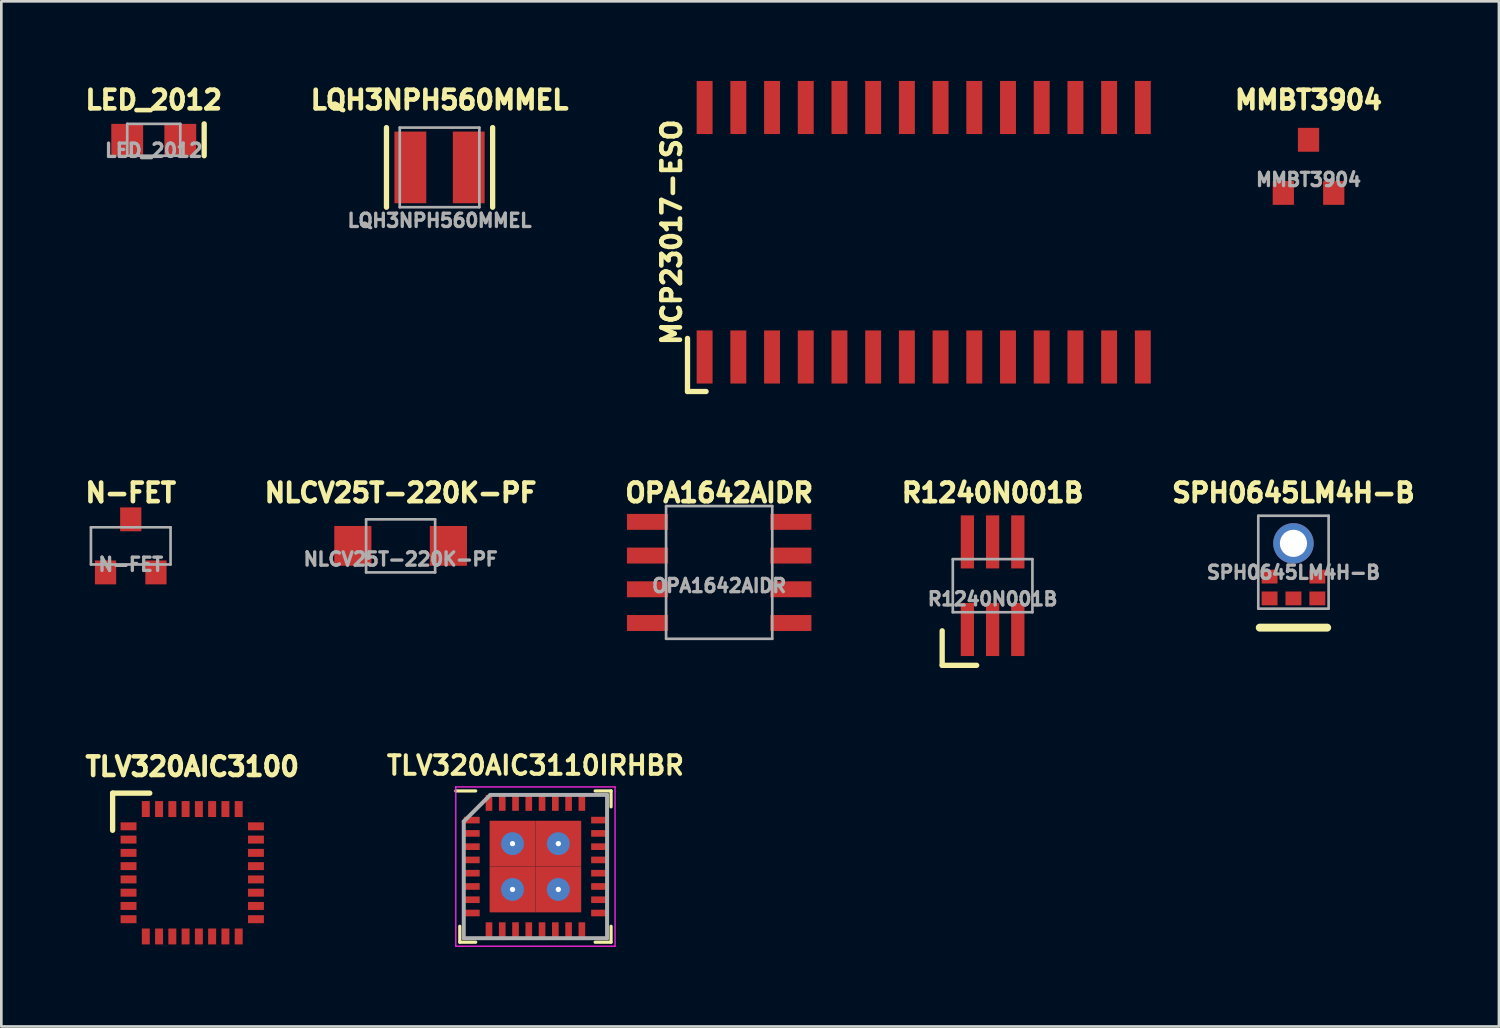
<source format=kicad_pcb>
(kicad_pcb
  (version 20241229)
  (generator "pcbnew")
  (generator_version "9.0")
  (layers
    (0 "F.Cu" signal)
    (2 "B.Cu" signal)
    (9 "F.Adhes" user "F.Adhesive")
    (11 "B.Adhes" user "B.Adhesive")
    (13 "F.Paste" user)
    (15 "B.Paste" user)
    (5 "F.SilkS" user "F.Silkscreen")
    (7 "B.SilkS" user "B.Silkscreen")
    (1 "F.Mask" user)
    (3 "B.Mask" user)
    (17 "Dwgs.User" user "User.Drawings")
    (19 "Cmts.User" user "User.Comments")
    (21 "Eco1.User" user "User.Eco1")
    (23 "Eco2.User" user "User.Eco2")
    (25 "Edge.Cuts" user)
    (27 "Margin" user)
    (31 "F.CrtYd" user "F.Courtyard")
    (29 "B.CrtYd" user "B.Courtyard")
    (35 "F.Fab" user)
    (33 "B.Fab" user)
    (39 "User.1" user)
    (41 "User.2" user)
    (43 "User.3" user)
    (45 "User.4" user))
  (footprint "SPH0645LM4H-B"
    (layer "F.Cu")
    (at 45.683 17.422)
    (property "Reference" "SPH0645LM4H-B" (at 0 -1.905 0) (unlocked yes) (layer "F.SilkS") (effects (font (size 0.7 0.7) (thickness 0.175) (bold yes))))
    (attr smd)
    (fp_line (start 1.27 3.175) (end -1.27 3.175) (stroke (width 0.3) (type default)) (layer "F.SilkS"))
    (fp_line (start -1.325 -1.04) (end -1.325 2.46) (stroke (width 0.1) (type default)) (layer "F.Fab"))
    (fp_line (start -1.325 -1.04) (end 1.325 -1.04) (stroke (width 0.1) (type default)) (layer "F.Fab"))
    (fp_line (start -1.325 2.46) (end 1.325 2.46) (stroke (width 0.1) (type default)) (layer "F.Fab"))
    (fp_line (start 1.325 -1.04) (end 1.325 2.46) (stroke (width 0.1) (type default)) (layer "F.Fab"))
    (fp_text user "${REFERENCE}" (at 0 1.095 0) (unlocked yes) (layer "F.Fab") (effects (font (size 0.5 0.5) (thickness 0.125))))
    (pad "1" smd rect (at 0.9 2.074) (size 0.6 0.522) (layers "F.Cu" "F.Mask" "F.Paste"))
    (pad "2" smd rect (at 0.9 1.252) (size 0.6 0.522) (layers "F.Cu" "F.Mask" "F.Paste"))
    (pad "3" thru_hole circle (at 0 0) (size 1.524 1.524) (drill 1.024) (layers "*.Cu" "*.Mask"))
    (pad "4" smd rect (at -0.9 1.252) (size 0.6 0.522) (layers "F.Cu" "F.Mask" "F.Paste"))
    (pad "5" smd rect (at -0.9 2.074) (size 0.6 0.522) (layers "F.Cu" "F.Mask" "F.Paste"))
    (pad "6" smd rect (at 0 2.074) (size 0.6 0.522) (layers "F.Cu" "F.Mask" "F.Paste")))
  (footprint "N-FET"
    (layer "F.Cu")
    (at 1.876 17.517)
    (property "Reference" "N-FET" (at 0 -2 0) (unlocked yes) (layer "F.SilkS") (effects (font (size 0.7 0.7) (thickness 0.175) (bold yes))))
    (attr smd)
    (fp_line (start -1.5 -0.7) (end -1.5 0.7) (stroke (width 0.1) (type default)) (layer "F.Fab"))
    (fp_line (start -1.5 -0.7) (end 1.5 -0.7) (stroke (width 0.1) (type default)) (layer "F.Fab"))
    (fp_line (start -1.5 0.7) (end 1.5 0.7) (stroke (width 0.1) (type default)) (layer "F.Fab"))
    (fp_line (start 1.5 -0.7) (end 1.5 0.7) (stroke (width 0.1) (type default)) (layer "F.Fab"))
    (fp_text user "${REFERENCE}" (at 0 0.7 0) (unlocked yes) (layer "F.Fab") (effects (font (size 0.5 0.5) (thickness 0.125))))
    (pad "D" smd rect (at 0 -1) (size 0.8 0.9) (layers "F.Cu" "F.Mask" "F.Paste"))
    (pad "G" smd rect (at -0.95 1) (size 0.8 0.9) (layers "F.Cu" "F.Mask" "F.Paste"))
    (pad "S" smd rect (at 0.95 1) (size 0.8 0.9) (layers "F.Cu" "F.Mask" "F.Paste")))
  (footprint "TLV320AIC3100"
    (layer "F.Cu")
    (at 4.193 29.833)
    (property "Reference" "TLV320AIC3100" (at 0 -4 0) (layer "F.SilkS") (effects (font (size 0.7 0.7) (thickness 0.175) (bold yes))))
    (attr smd)
    (fp_line (start -3 -3) (end -3 -1.6) (stroke (width 0.2) (type default)) (layer "F.SilkS"))
    (fp_line (start -1.6 -3) (end -3 -3) (stroke (width 0.2) (type default)) (layer "F.SilkS"))
    (pad "1" smd rect (at -2.4 -1.75 90) (size 0.3 0.6) (layers "F.Cu" "F.Mask" "F.Paste"))
    (pad "2" smd rect (at -2.4 -1.25 90) (size 0.3 0.6) (layers "F.Cu" "F.Mask" "F.Paste"))
    (pad "3" smd rect (at -2.4 -0.75 90) (size 0.3 0.6) (layers "F.Cu" "F.Mask" "F.Paste"))
    (pad "4" smd rect (at -2.4 -0.25 90) (size 0.3 0.6) (layers "F.Cu" "F.Mask" "F.Paste"))
    (pad "5" smd rect (at -2.4 0.25 90) (size 0.3 0.6) (layers "F.Cu" "F.Mask" "F.Paste"))
    (pad "6" smd rect (at -2.4 0.75 90) (size 0.3 0.6) (layers "F.Cu" "F.Mask" "F.Paste"))
    (pad "7" smd rect (at -2.4 1.25 90) (size 0.3 0.6) (layers "F.Cu" "F.Mask" "F.Paste"))
    (pad "8" smd rect (at -2.4 1.75 90) (size 0.3 0.6) (layers "F.Cu" "F.Mask" "F.Paste"))
    (pad "9" smd rect (at -1.75 2.4) (size 0.3 0.6) (layers "F.Cu" "F.Mask" "F.Paste"))
    (pad "10" smd rect (at -1.25 2.4) (size 0.3 0.6) (layers "F.Cu" "F.Mask" "F.Paste"))
    (pad "11" smd rect (at -0.75 2.4) (size 0.3 0.6) (layers "F.Cu" "F.Mask" "F.Paste"))
    (pad "12" smd rect (at -0.25 2.4) (size 0.3 0.6) (layers "F.Cu" "F.Mask" "F.Paste"))
    (pad "13" smd rect (at 0.25 2.4) (size 0.3 0.6) (layers "F.Cu" "F.Mask" "F.Paste"))
    (pad "14" smd rect (at 0.75 2.4) (size 0.3 0.6) (layers "F.Cu" "F.Mask" "F.Paste"))
    (pad "15" smd rect (at 1.25 2.4) (size 0.3 0.6) (layers "F.Cu" "F.Mask" "F.Paste"))
    (pad "16" smd rect (at 1.75 2.4) (size 0.3 0.6) (layers "F.Cu" "F.Mask" "F.Paste"))
    (pad "17" smd rect (at 2.4 1.75 90) (size 0.3 0.6) (layers "F.Cu" "F.Mask" "F.Paste"))
    (pad "18" smd rect (at 2.4 1.25 90) (size 0.3 0.6) (layers "F.Cu" "F.Mask" "F.Paste"))
    (pad "19" smd rect (at 2.4 0.75 90) (size 0.3 0.6) (layers "F.Cu" "F.Mask" "F.Paste"))
    (pad "20" smd rect (at 2.4 0.25 90) (size 0.3 0.6) (layers "F.Cu" "F.Mask" "F.Paste"))
    (pad "21" smd rect (at 2.4 -0.25 90) (size 0.3 0.6) (layers "F.Cu" "F.Mask" "F.Paste"))
    (pad "22" smd rect (at 2.4 -0.75 90) (size 0.3 0.6) (layers "F.Cu" "F.Mask" "F.Paste"))
    (pad "23" smd rect (at 2.4 -1.25 90) (size 0.3 0.6) (layers "F.Cu" "F.Mask" "F.Paste"))
    (pad "24" smd rect (at 2.4 -1.75 90) (size 0.3 0.6) (layers "F.Cu" "F.Mask" "F.Paste"))
    (pad "25" smd rect (at 1.75 -2.4) (size 0.3 0.6) (layers "F.Cu" "F.Mask" "F.Paste"))
    (pad "26" smd rect (at 1.25 -2.4) (size 0.3 0.6) (layers "F.Cu" "F.Mask" "F.Paste"))
    (pad "27" smd rect (at 0.75 -2.4) (size 0.3 0.6) (layers "F.Cu" "F.Mask" "F.Paste"))
    (pad "28" smd rect (at 0.25 -2.4) (size 0.3 0.6) (layers "F.Cu" "F.Mask" "F.Paste"))
    (pad "29" smd rect (at -0.25 -2.4) (size 0.3 0.6) (layers "F.Cu" "F.Mask" "F.Paste"))
    (pad "30" smd rect (at -0.75 -2.4) (size 0.3 0.6) (layers "F.Cu" "F.Mask" "F.Paste"))
    (pad "31" smd rect (at -1.25 -2.4) (size 0.3 0.6) (layers "F.Cu" "F.Mask" "F.Paste"))
    (pad "32" smd rect (at -1.75 -2.4) (size 0.3 0.6) (layers "F.Cu" "F.Mask" "F.Paste")))
  (footprint "LQH3NPH560MMEL"
    (layer "F.Cu")
    (at 13.511 3.257)
    (property "Reference" "LQH3NPH560MMEL" (at 0 -2.54 0) (unlocked yes) (layer "F.SilkS") (effects (font (size 0.7 0.7) (thickness 0.175) (bold yes))))
    (attr smd)
    (fp_line (start -2 -1.5) (end -2 1.5) (stroke (width 0.2) (type default)) (layer "F.SilkS"))
    (fp_line (start 2 -1.5) (end 2 1.5) (stroke (width 0.2) (type default)) (layer "F.SilkS"))
    (fp_line (start -1.5 -1.5) (end -1.5 1.5) (stroke (width 0.1) (type default)) (layer "F.Fab"))
    (fp_line (start -1.5 -1.5) (end 1.5 -1.5) (stroke (width 0.1) (type default)) (layer "F.Fab"))
    (fp_line (start -1.5 1.5) (end 1.5 1.5) (stroke (width 0.1) (type default)) (layer "F.Fab"))
    (fp_line (start 1.5 -1.5) (end 1.5 1.5) (stroke (width 0.1) (type default)) (layer "F.Fab"))
    (fp_text user "${REFERENCE}" (at 0 2 0) (unlocked yes) (layer "F.Fab") (effects (font (size 0.5 0.5) (thickness 0.125))))
    (pad "1" smd rect (at -1.1 0) (size 1.2 2.7) (layers "F.Cu" "F.Mask" "F.Paste"))
    (pad "2" smd rect (at 1.1 0) (size 1.2 2.7) (layers "F.Cu" "F.Mask" "F.Paste")))
  (footprint "R1240N001B"
    (layer "F.Cu")
    (at 34.348 19.017)
    (property "Reference" "R1240N001B" (at 0 -3.5 0) (unlocked yes) (layer "F.SilkS") (effects (font (size 0.7 0.7) (thickness 0.175) (bold yes))))
    (attr smd)
    (fp_line (start -1.9 1.7) (end -1.9 3) (stroke (width 0.2) (type default)) (layer "F.SilkS"))
    (fp_line (start -1.9 3) (end -0.6 3) (stroke (width 0.2) (type default)) (layer "F.SilkS"))
    (fp_line (start -1.5 -1) (end -1.5 1) (stroke (width 0.1) (type default)) (layer "F.Fab"))
    (fp_line (start -1.5 -1) (end 1.5 -1) (stroke (width 0.1) (type default)) (layer "F.Fab"))
    (fp_line (start -1.5 1) (end 1.5 1) (stroke (width 0.1) (type default)) (layer "F.Fab"))
    (fp_line (start 1.5 -1) (end 1.5 1) (stroke (width 0.1) (type default)) (layer "F.Fab"))
    (fp_text user "${REFERENCE}" (at 0 0.5 0) (unlocked yes) (layer "F.Fab") (effects (font (size 0.5 0.5) (thickness 0.125) (bold yes))))
    (pad "1" smd rect (at -0.95 1.65) (size 0.5 2) (layers "F.Cu" "F.Mask" "F.Paste"))
    (pad "2" smd rect (at 0 1.65) (size 0.5 2) (layers "F.Cu" "F.Mask" "F.Paste"))
    (pad "3" smd rect (at 0.95 1.65) (size 0.5 2) (layers "F.Cu" "F.Mask" "F.Paste"))
    (pad "4" smd rect (at 0.95 -1.65) (size 0.5 2) (layers "F.Cu" "F.Mask" "F.Paste"))
    (pad "5" smd rect (at 0 -1.65) (size 0.5 2) (layers "F.Cu" "F.Mask" "F.Paste"))
    (pad "6" smd rect (at -0.95 -1.65) (size 0.5 2) (layers "F.Cu" "F.Mask" "F.Paste")))
  (footprint "MMBT3904"
    (layer "F.Cu")
    (at 46.251 3.217)
    (property "Reference" "MMBT3904" (at 0 -2.5 0) (unlocked yes) (layer "F.SilkS") (effects (font (size 0.7 0.7) (thickness 0.175) (bold yes))))
    (attr smd)
    (fp_text user "${REFERENCE}" (at 0 0.5 0) (unlocked yes) (layer "F.Fab") (effects (font (size 0.5 0.5) (thickness 0.125))))
    (pad "1" smd rect (at -0.95 1) (size 0.8 0.9) (layers "F.Cu" "F.Mask" "F.Paste"))
    (pad "2" smd rect (at 0.95 1) (size 0.8 0.9) (layers "F.Cu" "F.Mask" "F.Paste"))
    (pad "3" smd rect (at 0 -1) (size 0.8 0.9) (layers "F.Cu" "F.Mask" "F.Paste")))
  (footprint "TLV320AIC3110IRHBR"
    (layer "F.Cu")
    (at 17.123 29.599)
    (property "Reference" "TLV320AIC3110IRHBR" (at 0 -3.81 0) (layer "F.SilkS") (effects (font (size 0.7 0.7) (thickness 0.15))))
    (attr smd)
    (fp_line (start -2.85 2.85) (end -2.85 2.25) (stroke (width 0.12) (type default)) (layer "F.SilkS"))
    (fp_line (start -2.25 -2.85) (end -3 -2.85) (stroke (width 0.12) (type default)) (layer "F.SilkS"))
    (fp_line (start -2.25 2.85) (end -2.85 2.85) (stroke (width 0.12) (type default)) (layer "F.SilkS"))
    (fp_line (start 2.25 -2.85) (end 2.85 -2.85) (stroke (width 0.12) (type default)) (layer "F.SilkS"))
    (fp_line (start 2.25 2.85) (end 2.85 2.85) (stroke (width 0.12) (type default)) (layer "F.SilkS"))
    (fp_line (start 2.85 -2.85) (end 2.85 -2.25) (stroke (width 0.12) (type default)) (layer "F.SilkS"))
    (fp_line (start 2.85 2.85) (end 2.85 2.25) (stroke (width 0.12) (type default)) (layer "F.SilkS"))
    (fp_line (start -3 -3) (end 3 -3) (stroke (width 0.05) (type default)) (layer "F.CrtYd"))
    (fp_line (start -3 3) (end -3 -3) (stroke (width 0.05) (type default)) (layer "F.CrtYd"))
    (fp_line (start 3 -3) (end 3 3) (stroke (width 0.05) (type default)) (layer "F.CrtYd"))
    (fp_line (start 3 3) (end -3 3) (stroke (width 0.05) (type default)) (layer "F.CrtYd"))
    (fp_line (start -2.7 -1.7) (end -2.7 2.7) (stroke (width 0.15) (type default)) (layer "F.Fab"))
    (fp_line (start -2.7 2.7) (end 2.7 2.7) (stroke (width 0.15) (type default)) (layer "F.Fab"))
    (fp_line (start -1.7 -2.7) (end -2.7 -1.7) (stroke (width 0.15) (type default)) (layer "F.Fab"))
    (fp_line (start 2.7 -2.7) (end -1.7 -2.7) (stroke (width 0.15) (type default)) (layer "F.Fab"))
    (fp_line (start 2.7 2.7) (end 2.7 -2.7) (stroke (width 0.15) (type default)) (layer "F.Fab"))
    (pad "1" smd rect (at -2.4 -1.75 90) (size 0.25 0.6) (layers "F.Cu" "F.Mask" "F.Paste"))
    (pad "2" smd rect (at -2.4 -1.25 90) (size 0.25 0.6) (layers "F.Cu" "F.Mask" "F.Paste"))
    (pad "3" smd rect (at -2.4 -0.75 90) (size 0.25 0.6) (layers "F.Cu" "F.Mask" "F.Paste"))
    (pad "4" smd rect (at -2.4 -0.25 90) (size 0.25 0.6) (layers "F.Cu" "F.Mask" "F.Paste"))
    (pad "5" smd rect (at -2.4 0.25 90) (size 0.25 0.6) (layers "F.Cu" "F.Mask" "F.Paste"))
    (pad "6" smd rect (at -2.4 0.75 90) (size 0.25 0.6) (layers "F.Cu" "F.Mask" "F.Paste"))
    (pad "7" smd rect (at -2.4 1.25 90) (size 0.25 0.6) (layers "F.Cu" "F.Mask" "F.Paste"))
    (pad "8" smd rect (at -2.4 1.75 90) (size 0.25 0.6) (layers "F.Cu" "F.Mask" "F.Paste"))
    (pad "9" smd rect (at -1.75 2.4) (size 0.25 0.6) (layers "F.Cu" "F.Mask" "F.Paste"))
    (pad "10" smd rect (at -1.25 2.4) (size 0.25 0.6) (layers "F.Cu" "F.Mask" "F.Paste"))
    (pad "11" smd rect (at -0.75 2.4) (size 0.25 0.6) (layers "F.Cu" "F.Mask" "F.Paste"))
    (pad "12" smd rect (at -0.25 2.4) (size 0.25 0.6) (layers "F.Cu" "F.Mask" "F.Paste"))
    (pad "13" smd rect (at 0.25 2.4) (size 0.25 0.6) (layers "F.Cu" "F.Mask" "F.Paste"))
    (pad "14" smd rect (at 0.75 2.4) (size 0.25 0.6) (layers "F.Cu" "F.Mask" "F.Paste"))
    (pad "15" smd rect (at 1.25 2.4) (size 0.25 0.6) (layers "F.Cu" "F.Mask" "F.Paste"))
    (pad "16" smd rect (at 1.75 2.4) (size 0.25 0.6) (layers "F.Cu" "F.Mask" "F.Paste"))
    (pad "17" smd rect (at 2.4 1.75 90) (size 0.25 0.6) (layers "F.Cu" "F.Mask" "F.Paste"))
    (pad "18" smd rect (at 2.4 1.25 90) (size 0.25 0.6) (layers "F.Cu" "F.Mask" "F.Paste"))
    (pad "19" smd rect (at 2.4 0.75 90) (size 0.25 0.6) (layers "F.Cu" "F.Mask" "F.Paste"))
    (pad "20" smd rect (at 2.4 0.25 90) (size 0.25 0.6) (layers "F.Cu" "F.Mask" "F.Paste"))
    (pad "21" smd rect (at 2.4 -0.25 90) (size 0.25 0.6) (layers "F.Cu" "F.Mask" "F.Paste"))
    (pad "22" smd rect (at 2.4 -0.75 90) (size 0.25 0.6) (layers "F.Cu" "F.Mask" "F.Paste"))
    (pad "23" smd rect (at 2.4 -1.25 90) (size 0.25 0.6) (layers "F.Cu" "F.Mask" "F.Paste"))
    (pad "24" smd rect (at 2.4 -1.75 90) (size 0.25 0.6) (layers "F.Cu" "F.Mask" "F.Paste"))
    (pad "25" smd rect (at 1.75 -2.4) (size 0.25 0.6) (layers "F.Cu" "F.Mask" "F.Paste"))
    (pad "26" smd rect (at 1.25 -2.4) (size 0.25 0.6) (layers "F.Cu" "F.Mask" "F.Paste"))
    (pad "27" smd rect (at 0.75 -2.4) (size 0.25 0.6) (layers "F.Cu" "F.Mask" "F.Paste"))
    (pad "28" smd rect (at 0.25 -2.4) (size 0.25 0.6) (layers "F.Cu" "F.Mask" "F.Paste"))
    (pad "29" smd rect (at -0.25 -2.4) (size 0.25 0.6) (layers "F.Cu" "F.Mask" "F.Paste"))
    (pad "30" smd rect (at -0.75 -2.4) (size 0.25 0.6) (layers "F.Cu" "F.Mask" "F.Paste"))
    (pad "31" smd rect (at -1.25 -2.4) (size 0.25 0.6) (layers "F.Cu" "F.Mask" "F.Paste"))
    (pad "32" smd rect (at -1.75 -2.4) (size 0.25 0.6) (layers "F.Cu" "F.Mask" "F.Paste"))
    (pad "S" thru_hole circle (at -0.863 -0.863) (size 0.863 0.863) (drill 0.2) (layers "*.Cu" "*.Mask"))
    (pad "S" smd rect (at -0.863 -0.863) (size 1.725 1.725) (layers "F.Cu" "F.Mask" "F.Paste"))
    (pad "S" thru_hole circle (at -0.863 0.863) (size 0.863 0.863) (drill 0.2) (layers "*.Cu" "*.Mask"))
    (pad "S" smd rect (at -0.863 0.863) (size 1.725 1.725) (layers "F.Cu" "F.Mask" "F.Paste"))
    (pad "S" thru_hole circle (at 0.863 -0.863) (size 0.863 0.863) (drill 0.2) (layers "*.Cu" "*.Mask"))
    (pad "S" smd rect (at 0.863 -0.863) (size 1.725 1.725) (layers "F.Cu" "F.Mask" "F.Paste"))
    (pad "S" thru_hole circle (at 0.863 0.863) (size 0.863 0.863) (drill 0.2) (layers "*.Cu" "*.Mask"))
    (pad "S" smd rect (at 0.863 0.863) (size 1.725 1.725) (layers "F.Cu" "F.Mask" "F.Paste")))
  (footprint "NLCV25T-220K-PF"
    (layer "F.Cu")
    (at 12.044 17.517)
    (property "Reference" "NLCV25T-220K-PF" (at 0 -2 0) (unlocked yes) (layer "F.SilkS") (effects (font (size 0.7 0.7) (thickness 0.175) (bold yes))))
    (attr smd)
    (fp_line (start -1.3 -1) (end -1.3 1) (stroke (width 0.1) (type default)) (layer "F.Fab"))
    (fp_line (start -1.3 -1) (end 1.3 -1) (stroke (width 0.1) (type default)) (layer "F.Fab"))
    (fp_line (start -1.3 1) (end 1.3 1) (stroke (width 0.1) (type default)) (layer "F.Fab"))
    (fp_line (start 1.3 -1) (end 1.3 1) (stroke (width 0.1) (type default)) (layer "F.Fab"))
    (fp_text user "${REFERENCE}" (at 0 0.5 0) (unlocked yes) (layer "F.Fab") (effects (font (size 0.5 0.5) (thickness 0.125) (bold yes))))
    (pad "1" smd rect (at -1.8 0) (size 1.4 1.5) (layers "F.Cu" "F.Mask" "F.Paste"))
    (pad "2" smd rect (at 1.8 0) (size 1.4 1.5) (layers "F.Cu" "F.Mask" "F.Paste")))
  (footprint "OPA1642AIDR"
    (layer "F.Cu")
    (at 24.046 18.517)
    (property "Reference" "OPA1642AIDR" (at 0 -3 0) (unlocked yes) (layer "F.SilkS") (effects (font (size 0.7 0.7) (thickness 0.175) (bold yes))))
    (attr smd)
    (fp_line (start -2 -2.5) (end -2 2.5) (stroke (width 0.1) (type default)) (layer "F.Fab"))
    (fp_line (start -2 -2.5) (end 2 -2.5) (stroke (width 0.1) (type default)) (layer "F.Fab"))
    (fp_line (start -2 2.5) (end 2 2.5) (stroke (width 0.1) (type default)) (layer "F.Fab"))
    (fp_line (start 2 -2.5) (end 2 2.5) (stroke (width 0.1) (type default)) (layer "F.Fab"))
    (fp_text user "${REFERENCE}" (at 0 0.5 0) (unlocked yes) (layer "F.Fab") (effects (font (size 0.5 0.5) (thickness 0.125))))
    (pad "1" smd rect (at -2.7 -1.905) (size 1.55 0.6) (layers "F.Cu" "F.Mask" "F.Paste"))
    (pad "2" smd rect (at -2.7 -0.635) (size 1.55 0.6) (layers "F.Cu" "F.Mask" "F.Paste"))
    (pad "3" smd rect (at -2.7 0.635) (size 1.55 0.6) (layers "F.Cu" "F.Mask" "F.Paste"))
    (pad "4" smd rect (at -2.7 1.905) (size 1.55 0.6) (layers "F.Cu" "F.Mask" "F.Paste"))
    (pad "5" smd rect (at 2.7 1.905) (size 1.55 0.6) (layers "F.Cu" "F.Mask" "F.Paste"))
    (pad "6" smd rect (at 2.7 0.635) (size 1.55 0.6) (layers "F.Cu" "F.Mask" "F.Paste"))
    (pad "7" smd rect (at 2.7 -0.635) (size 1.55 0.6) (layers "F.Cu" "F.Mask" "F.Paste"))
    (pad "8" smd rect (at 2.7 -1.905) (size 1.55 0.6) (layers "F.Cu" "F.Mask" "F.Paste")))
  (footprint "MCP23017-ESO"
    (layer "F.Cu")
    (at 31.753 5.7)
    (property "Reference" "MCP23017-ESO" (at -9.5 0 90) (layer "F.SilkS") (effects (font (size 0.7 0.7) (thickness 0.175) (bold yes))))
    (attr smd)
    (fp_line (start -8.9 4) (end -8.9 6) (stroke (width 0.2) (type default)) (layer "F.SilkS"))
    (fp_line (start -8.9 6) (end -8.2 6) (stroke (width 0.2) (type default)) (layer "F.SilkS"))
    (pad "1" smd rect (at -8.255 4.7) (size 0.6 2) (layers "F.Cu" "F.Mask" "F.Paste"))
    (pad "2" smd rect (at -6.985 4.7) (size 0.6 2) (layers "F.Cu" "F.Mask" "F.Paste"))
    (pad "3" smd rect (at -5.715 4.7) (size 0.6 2) (layers "F.Cu" "F.Mask" "F.Paste"))
    (pad "4" smd rect (at -4.445 4.7) (size 0.6 2) (layers "F.Cu" "F.Mask" "F.Paste"))
    (pad "5" smd rect (at -3.175 4.7) (size 0.6 2) (layers "F.Cu" "F.Mask" "F.Paste"))
    (pad "6" smd rect (at -1.905 4.7) (size 0.6 2) (layers "F.Cu" "F.Mask" "F.Paste"))
    (pad "7" smd rect (at -0.635 4.7) (size 0.6 2) (layers "F.Cu" "F.Mask" "F.Paste"))
    (pad "8" smd rect (at 0.635 4.7) (size 0.6 2) (layers "F.Cu" "F.Mask" "F.Paste"))
    (pad "9" smd rect (at 1.905 4.7) (size 0.6 2) (layers "F.Cu" "F.Mask" "F.Paste"))
    (pad "10" smd rect (at 3.175 4.7) (size 0.6 2) (layers "F.Cu" "F.Mask" "F.Paste"))
    (pad "11" smd rect (at 4.445 4.7) (size 0.6 2) (layers "F.Cu" "F.Mask" "F.Paste"))
    (pad "12" smd rect (at 5.715 4.7) (size 0.6 2) (layers "F.Cu" "F.Mask" "F.Paste"))
    (pad "13" smd rect (at 6.985 4.7) (size 0.6 2) (layers "F.Cu" "F.Mask" "F.Paste"))
    (pad "14" smd rect (at 8.255 4.7) (size 0.6 2) (layers "F.Cu" "F.Mask" "F.Paste"))
    (pad "15" smd rect (at 8.255 -4.7) (size 0.6 2) (layers "F.Cu" "F.Mask" "F.Paste"))
    (pad "16" smd rect (at 6.985 -4.7) (size 0.6 2) (layers "F.Cu" "F.Mask" "F.Paste"))
    (pad "17" smd rect (at 5.715 -4.7) (size 0.6 2) (layers "F.Cu" "F.Mask" "F.Paste"))
    (pad "18" smd rect (at 4.445 -4.7) (size 0.6 2) (layers "F.Cu" "F.Mask" "F.Paste"))
    (pad "19" smd rect (at 3.175 -4.7) (size 0.6 2) (layers "F.Cu" "F.Mask" "F.Paste"))
    (pad "20" smd rect (at 1.905 -4.7) (size 0.6 2) (layers "F.Cu" "F.Mask" "F.Paste"))
    (pad "21" smd rect (at 0.635 -4.7) (size 0.6 2) (layers "F.Cu" "F.Mask" "F.Paste"))
    (pad "22" smd rect (at -0.635 -4.7) (size 0.6 2) (layers "F.Cu" "F.Mask" "F.Paste"))
    (pad "23" smd rect (at -1.905 -4.7) (size 0.6 2) (layers "F.Cu" "F.Mask" "F.Paste"))
    (pad "24" smd rect (at -3.175 -4.7) (size 0.6 2) (layers "F.Cu" "F.Mask" "F.Paste"))
    (pad "25" smd rect (at -4.445 -4.7) (size 0.6 2) (layers "F.Cu" "F.Mask" "F.Paste"))
    (pad "26" smd rect (at -5.715 -4.7) (size 0.6 2) (layers "F.Cu" "F.Mask" "F.Paste"))
    (pad "27" smd rect (at -6.985 -4.7) (size 0.6 2) (layers "F.Cu" "F.Mask" "F.Paste"))
    (pad "28" smd rect (at -8.255 -4.7) (size 0.6 2) (layers "F.Cu" "F.Mask" "F.Paste")))
  (footprint "LED_2012"
    (layer "F.Cu")
    (at 2.743 2.217)
    (property "Reference" "LED_2012" (at 0 -1.5 0) (unlocked yes) (layer "F.SilkS") (effects (font (size 0.7 0.7) (thickness 0.175) (bold yes))))
    (attr smd)
    (fp_line (start 1.9 -0.6) (end 1.9 0.6) (stroke (width 0.2) (type default)) (layer "F.SilkS"))
    (fp_line (start -1 -0.6) (end -1 0.6) (stroke (width 0.1) (type default)) (layer "F.Fab"))
    (fp_line (start -1 -0.6) (end 1 -0.6) (stroke (width 0.1) (type default)) (layer "F.Fab"))
    (fp_line (start -1 0.6) (end 1 0.6) (stroke (width 0.1) (type default)) (layer "F.Fab"))
    (fp_line (start 1 -0.6) (end 1 0.6) (stroke (width 0.1) (type default)) (layer "F.Fab"))
    (fp_text user "${REFERENCE}" (at 0 0.4 0) (unlocked yes) (layer "F.Fab") (effects (font (size 0.5 0.5) (thickness 0.125))))
    (pad "1" smd rect (at -1 0) (size 1.2 1.2) (layers "F.Cu" "F.Mask" "F.Paste"))
    (pad "2" smd rect (at 1 0) (size 1.2 1.2) (layers "F.Cu" "F.Mask" "F.Paste")))
  (gr_rect
    (start -3 -3)
    (end 53.425 35.624)
    (stroke (width 0.1) (type default))
    (fill no)
    (layer "Edge.Cuts")))
</source>
